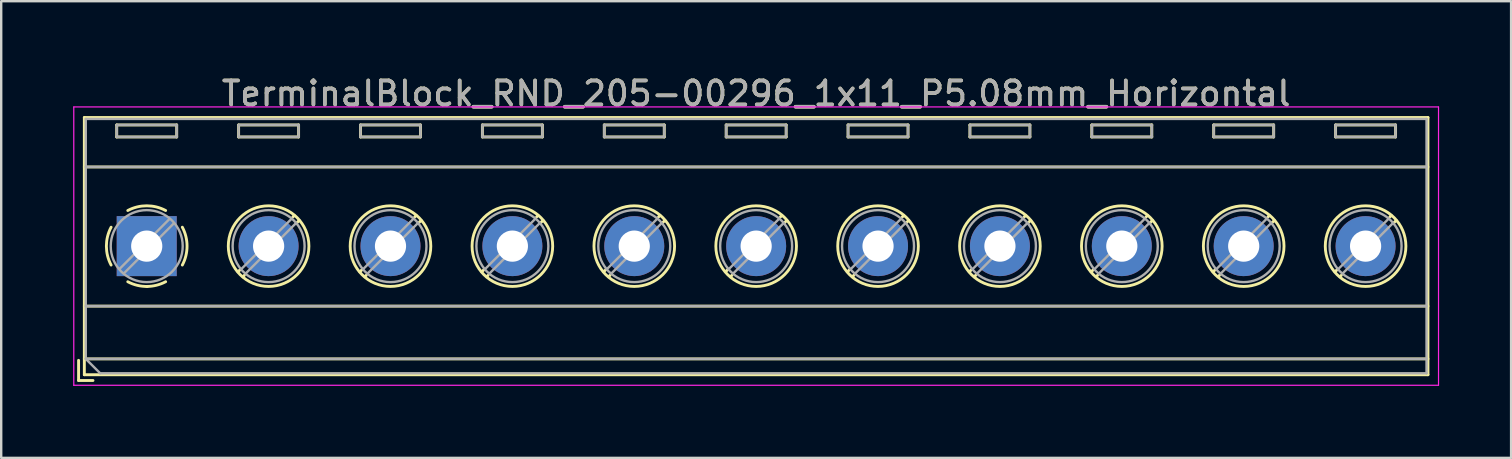
<source format=kicad_pcb>
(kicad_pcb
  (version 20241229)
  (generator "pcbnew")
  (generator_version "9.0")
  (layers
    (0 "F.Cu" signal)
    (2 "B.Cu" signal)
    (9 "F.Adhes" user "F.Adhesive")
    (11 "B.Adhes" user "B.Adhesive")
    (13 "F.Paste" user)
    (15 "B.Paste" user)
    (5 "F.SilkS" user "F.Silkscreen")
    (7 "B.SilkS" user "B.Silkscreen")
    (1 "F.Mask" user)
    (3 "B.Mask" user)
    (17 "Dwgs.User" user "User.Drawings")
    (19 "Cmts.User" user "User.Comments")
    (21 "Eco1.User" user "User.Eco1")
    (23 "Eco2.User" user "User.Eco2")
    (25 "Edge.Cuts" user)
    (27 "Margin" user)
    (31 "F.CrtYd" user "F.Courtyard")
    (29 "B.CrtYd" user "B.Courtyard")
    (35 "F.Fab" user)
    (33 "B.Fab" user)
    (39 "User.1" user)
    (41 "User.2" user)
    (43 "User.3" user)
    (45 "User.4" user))
  (footprint "TerminalBlock_RND_205-00296_1x11_P5.08mm_Horizontal"
    (layer "F.Cu")
    (at 3.065 7.208)
    (property "Reference" "TerminalBlock_RND_205-00296_1x11_P5.08mm_Horizontal" (at 25.4 -6.36 0) (layer "F.SilkS") (effects (font (size 1 1) (thickness 0.15))))
    (attr through_hole)
    (fp_line (start -2.84 4.76) (end -2.84 5.6) (stroke (width 0.12) (type solid)) (layer "F.SilkS"))
    (fp_line (start -2.84 5.6) (end -2.24 5.6) (stroke (width 0.12) (type solid)) (layer "F.SilkS"))
    (fp_line (start -2.6 -5.36) (end -2.6 5.36) (stroke (width 0.12) (type solid)) (layer "F.SilkS"))
    (fp_line (start -2.6 -5.36) (end 53.4 -5.36) (stroke (width 0.12) (type solid)) (layer "F.SilkS"))
    (fp_line (start -2.6 -3.3) (end 53.4 -3.3) (stroke (width 0.12) (type solid)) (layer "F.SilkS"))
    (fp_line (start -2.6 2.5) (end 53.4 2.5) (stroke (width 0.12) (type solid)) (layer "F.SilkS"))
    (fp_line (start -2.6 4.7) (end 53.4 4.7) (stroke (width 0.12) (type solid)) (layer "F.SilkS"))
    (fp_line (start -2.6 5.36) (end 53.4 5.36) (stroke (width 0.12) (type solid)) (layer "F.SilkS"))
    (fp_line (start -1.25 -5.05) (end -1.25 -4.55) (stroke (width 0.12) (type solid)) (layer "F.SilkS"))
    (fp_line (start -1.25 -5.05) (end 1.25 -5.05) (stroke (width 0.12) (type solid)) (layer "F.SilkS"))
    (fp_line (start -1.25 -4.55) (end 1.25 -4.55) (stroke (width 0.12) (type solid)) (layer "F.SilkS"))
    (fp_line (start 1.25 -5.05) (end 1.25 -4.55) (stroke (width 0.12) (type solid)) (layer "F.SilkS"))
    (fp_line (start 3.83 -5.05) (end 3.83 -4.55) (stroke (width 0.12) (type solid)) (layer "F.SilkS"))
    (fp_line (start 3.83 -5.05) (end 6.33 -5.05) (stroke (width 0.12) (type solid)) (layer "F.SilkS"))
    (fp_line (start 3.83 -4.55) (end 6.33 -4.55) (stroke (width 0.12) (type solid)) (layer "F.SilkS"))
    (fp_line (start 3.9 0.976) (end 3.806 1.069) (stroke (width 0.12) (type solid)) (layer "F.SilkS"))
    (fp_line (start 4.07 1.216) (end 4.011 1.274) (stroke (width 0.12) (type solid)) (layer "F.SilkS"))
    (fp_line (start 6.15 -1.275) (end 6.091 -1.216) (stroke (width 0.12) (type solid)) (layer "F.SilkS"))
    (fp_line (start 6.33 -5.05) (end 6.33 -4.55) (stroke (width 0.12) (type solid)) (layer "F.SilkS"))
    (fp_line (start 6.355 -1.069) (end 6.261 -0.976) (stroke (width 0.12) (type solid)) (layer "F.SilkS"))
    (fp_line (start 8.91 -5.05) (end 8.91 -4.55) (stroke (width 0.12) (type solid)) (layer "F.SilkS"))
    (fp_line (start 8.91 -5.05) (end 11.41 -5.05) (stroke (width 0.12) (type solid)) (layer "F.SilkS"))
    (fp_line (start 8.91 -4.55) (end 11.41 -4.55) (stroke (width 0.12) (type solid)) (layer "F.SilkS"))
    (fp_line (start 8.98 0.976) (end 8.886 1.069) (stroke (width 0.12) (type solid)) (layer "F.SilkS"))
    (fp_line (start 9.15 1.216) (end 9.091 1.274) (stroke (width 0.12) (type solid)) (layer "F.SilkS"))
    (fp_line (start 11.23 -1.275) (end 11.171 -1.216) (stroke (width 0.12) (type solid)) (layer "F.SilkS"))
    (fp_line (start 11.41 -5.05) (end 11.41 -4.55) (stroke (width 0.12) (type solid)) (layer "F.SilkS"))
    (fp_line (start 11.435 -1.069) (end 11.341 -0.976) (stroke (width 0.12) (type solid)) (layer "F.SilkS"))
    (fp_line (start 13.99 -5.05) (end 13.99 -4.55) (stroke (width 0.12) (type solid)) (layer "F.SilkS"))
    (fp_line (start 13.99 -5.05) (end 16.49 -5.05) (stroke (width 0.12) (type solid)) (layer "F.SilkS"))
    (fp_line (start 13.99 -4.55) (end 16.49 -4.55) (stroke (width 0.12) (type solid)) (layer "F.SilkS"))
    (fp_line (start 14.06 0.976) (end 13.966 1.069) (stroke (width 0.12) (type solid)) (layer "F.SilkS"))
    (fp_line (start 14.23 1.216) (end 14.171 1.274) (stroke (width 0.12) (type solid)) (layer "F.SilkS"))
    (fp_line (start 16.31 -1.275) (end 16.251 -1.216) (stroke (width 0.12) (type solid)) (layer "F.SilkS"))
    (fp_line (start 16.49 -5.05) (end 16.49 -4.55) (stroke (width 0.12) (type solid)) (layer "F.SilkS"))
    (fp_line (start 16.515 -1.069) (end 16.421 -0.976) (stroke (width 0.12) (type solid)) (layer "F.SilkS"))
    (fp_line (start 19.07 -5.05) (end 19.07 -4.55) (stroke (width 0.12) (type solid)) (layer "F.SilkS"))
    (fp_line (start 19.07 -5.05) (end 21.57 -5.05) (stroke (width 0.12) (type solid)) (layer "F.SilkS"))
    (fp_line (start 19.07 -4.55) (end 21.57 -4.55) (stroke (width 0.12) (type solid)) (layer "F.SilkS"))
    (fp_line (start 19.14 0.976) (end 19.046 1.069) (stroke (width 0.12) (type solid)) (layer "F.SilkS"))
    (fp_line (start 19.31 1.216) (end 19.251 1.274) (stroke (width 0.12) (type solid)) (layer "F.SilkS"))
    (fp_line (start 21.39 -1.275) (end 21.331 -1.216) (stroke (width 0.12) (type solid)) (layer "F.SilkS"))
    (fp_line (start 21.57 -5.05) (end 21.57 -4.55) (stroke (width 0.12) (type solid)) (layer "F.SilkS"))
    (fp_line (start 21.595 -1.069) (end 21.501 -0.976) (stroke (width 0.12) (type solid)) (layer "F.SilkS"))
    (fp_line (start 24.15 -5.05) (end 24.15 -4.55) (stroke (width 0.12) (type solid)) (layer "F.SilkS"))
    (fp_line (start 24.15 -5.05) (end 26.65 -5.05) (stroke (width 0.12) (type solid)) (layer "F.SilkS"))
    (fp_line (start 24.15 -4.55) (end 26.65 -4.55) (stroke (width 0.12) (type solid)) (layer "F.SilkS"))
    (fp_line (start 24.22 0.976) (end 24.126 1.069) (stroke (width 0.12) (type solid)) (layer "F.SilkS"))
    (fp_line (start 24.39 1.216) (end 24.331 1.274) (stroke (width 0.12) (type solid)) (layer "F.SilkS"))
    (fp_line (start 26.47 -1.275) (end 26.411 -1.216) (stroke (width 0.12) (type solid)) (layer "F.SilkS"))
    (fp_line (start 26.65 -5.05) (end 26.65 -4.55) (stroke (width 0.12) (type solid)) (layer "F.SilkS"))
    (fp_line (start 26.675 -1.069) (end 26.581 -0.976) (stroke (width 0.12) (type solid)) (layer "F.SilkS"))
    (fp_line (start 29.23 -5.05) (end 29.23 -4.55) (stroke (width 0.12) (type solid)) (layer "F.SilkS"))
    (fp_line (start 29.23 -5.05) (end 31.73 -5.05) (stroke (width 0.12) (type solid)) (layer "F.SilkS"))
    (fp_line (start 29.23 -4.55) (end 31.73 -4.55) (stroke (width 0.12) (type solid)) (layer "F.SilkS"))
    (fp_line (start 29.3 0.976) (end 29.206 1.069) (stroke (width 0.12) (type solid)) (layer "F.SilkS"))
    (fp_line (start 29.47 1.216) (end 29.411 1.274) (stroke (width 0.12) (type solid)) (layer "F.SilkS"))
    (fp_line (start 31.55 -1.275) (end 31.491 -1.216) (stroke (width 0.12) (type solid)) (layer "F.SilkS"))
    (fp_line (start 31.73 -5.05) (end 31.73 -4.55) (stroke (width 0.12) (type solid)) (layer "F.SilkS"))
    (fp_line (start 31.755 -1.069) (end 31.661 -0.976) (stroke (width 0.12) (type solid)) (layer "F.SilkS"))
    (fp_line (start 34.31 -5.05) (end 34.31 -4.55) (stroke (width 0.12) (type solid)) (layer "F.SilkS"))
    (fp_line (start 34.31 -5.05) (end 36.81 -5.05) (stroke (width 0.12) (type solid)) (layer "F.SilkS"))
    (fp_line (start 34.31 -4.55) (end 36.81 -4.55) (stroke (width 0.12) (type solid)) (layer "F.SilkS"))
    (fp_line (start 34.38 0.976) (end 34.286 1.069) (stroke (width 0.12) (type solid)) (layer "F.SilkS"))
    (fp_line (start 34.55 1.216) (end 34.491 1.274) (stroke (width 0.12) (type solid)) (layer "F.SilkS"))
    (fp_line (start 36.63 -1.275) (end 36.571 -1.216) (stroke (width 0.12) (type solid)) (layer "F.SilkS"))
    (fp_line (start 36.81 -5.05) (end 36.81 -4.55) (stroke (width 0.12) (type solid)) (layer "F.SilkS"))
    (fp_line (start 36.835 -1.069) (end 36.741 -0.976) (stroke (width 0.12) (type solid)) (layer "F.SilkS"))
    (fp_line (start 39.39 -5.05) (end 39.39 -4.55) (stroke (width 0.12) (type solid)) (layer "F.SilkS"))
    (fp_line (start 39.39 -5.05) (end 41.89 -5.05) (stroke (width 0.12) (type solid)) (layer "F.SilkS"))
    (fp_line (start 39.39 -4.55) (end 41.89 -4.55) (stroke (width 0.12) (type solid)) (layer "F.SilkS"))
    (fp_line (start 39.46 0.976) (end 39.366 1.069) (stroke (width 0.12) (type solid)) (layer "F.SilkS"))
    (fp_line (start 39.63 1.216) (end 39.571 1.274) (stroke (width 0.12) (type solid)) (layer "F.SilkS"))
    (fp_line (start 41.71 -1.275) (end 41.651 -1.216) (stroke (width 0.12) (type solid)) (layer "F.SilkS"))
    (fp_line (start 41.89 -5.05) (end 41.89 -4.55) (stroke (width 0.12) (type solid)) (layer "F.SilkS"))
    (fp_line (start 41.915 -1.069) (end 41.821 -0.976) (stroke (width 0.12) (type solid)) (layer "F.SilkS"))
    (fp_line (start 44.47 -5.05) (end 44.47 -4.55) (stroke (width 0.12) (type solid)) (layer "F.SilkS"))
    (fp_line (start 44.47 -5.05) (end 46.97 -5.05) (stroke (width 0.12) (type solid)) (layer "F.SilkS"))
    (fp_line (start 44.47 -4.55) (end 46.97 -4.55) (stroke (width 0.12) (type solid)) (layer "F.SilkS"))
    (fp_line (start 44.54 0.976) (end 44.446 1.069) (stroke (width 0.12) (type solid)) (layer "F.SilkS"))
    (fp_line (start 44.71 1.216) (end 44.651 1.274) (stroke (width 0.12) (type solid)) (layer "F.SilkS"))
    (fp_line (start 46.79 -1.275) (end 46.731 -1.216) (stroke (width 0.12) (type solid)) (layer "F.SilkS"))
    (fp_line (start 46.97 -5.05) (end 46.97 -4.55) (stroke (width 0.12) (type solid)) (layer "F.SilkS"))
    (fp_line (start 46.995 -1.069) (end 46.901 -0.976) (stroke (width 0.12) (type solid)) (layer "F.SilkS"))
    (fp_line (start 49.55 -5.05) (end 49.55 -4.55) (stroke (width 0.12) (type solid)) (layer "F.SilkS"))
    (fp_line (start 49.55 -5.05) (end 52.05 -5.05) (stroke (width 0.12) (type solid)) (layer "F.SilkS"))
    (fp_line (start 49.55 -4.55) (end 52.05 -4.55) (stroke (width 0.12) (type solid)) (layer "F.SilkS"))
    (fp_line (start 49.62 0.976) (end 49.526 1.069) (stroke (width 0.12) (type solid)) (layer "F.SilkS"))
    (fp_line (start 49.79 1.216) (end 49.731 1.274) (stroke (width 0.12) (type solid)) (layer "F.SilkS"))
    (fp_line (start 51.87 -1.275) (end 51.811 -1.216) (stroke (width 0.12) (type solid)) (layer "F.SilkS"))
    (fp_line (start 52.05 -5.05) (end 52.05 -4.55) (stroke (width 0.12) (type solid)) (layer "F.SilkS"))
    (fp_line (start 52.075 -1.069) (end 51.981 -0.976) (stroke (width 0.12) (type solid)) (layer "F.SilkS"))
    (fp_line (start 53.4 -5.36) (end 53.4 5.36) (stroke (width 0.12) (type solid)) (layer "F.SilkS"))
    (fp_arc (start -1.483953 0.789089) (mid -1.680708 0.00005) (end -1.484 -0.789) (stroke (width 0.12) (type solid)) (layer "F.SilkS"))
    (fp_arc (start -0.789089 -1.483953) (mid -0.00005 -1.680708) (end 0.789 -1.484) (stroke (width 0.12) (type solid)) (layer "F.SilkS"))
    (fp_arc (start 0.029383 1.68045) (mid -0.392304 1.634281) (end -0.789 1.484) (stroke (width 0.12) (type solid)) (layer "F.SilkS"))
    (fp_arc (start 0.788712 1.483352) (mid 0.406429 1.630097) (end 0 1.68) (stroke (width 0.12) (type solid)) (layer "F.SilkS"))
    (fp_arc (start 1.483953 -0.789089) (mid 1.680708 -0.00005) (end 1.484 0.789) (stroke (width 0.12) (type solid)) (layer "F.SilkS"))
    (fp_circle (center 5.08 0) (end 6.76 0) (stroke (width 0.12) (type solid)) (fill no) (layer "F.SilkS"))
    (fp_circle (center 10.16 0) (end 11.84 0) (stroke (width 0.12) (type solid)) (fill no) (layer "F.SilkS"))
    (fp_circle (center 15.24 0) (end 16.92 0) (stroke (width 0.12) (type solid)) (fill no) (layer "F.SilkS"))
    (fp_circle (center 20.32 0) (end 22 0) (stroke (width 0.12) (type solid)) (fill no) (layer "F.SilkS"))
    (fp_circle (center 25.4 0) (end 27.08 0) (stroke (width 0.12) (type solid)) (fill no) (layer "F.SilkS"))
    (fp_circle (center 30.48 0) (end 32.16 0) (stroke (width 0.12) (type solid)) (fill no) (layer "F.SilkS"))
    (fp_circle (center 35.56 0) (end 37.24 0) (stroke (width 0.12) (type solid)) (fill no) (layer "F.SilkS"))
    (fp_circle (center 40.64 0) (end 42.32 0) (stroke (width 0.12) (type solid)) (fill no) (layer "F.SilkS"))
    (fp_circle (center 45.72 0) (end 47.4 0) (stroke (width 0.12) (type solid)) (fill no) (layer "F.SilkS"))
    (fp_circle (center 50.8 0) (end 52.48 0) (stroke (width 0.12) (type solid)) (fill no) (layer "F.SilkS"))
    (fp_line (start -3.04 -5.8) (end -3.04 5.8) (stroke (width 0.05) (type solid)) (layer "F.CrtYd"))
    (fp_line (start -3.04 5.8) (end 53.84 5.8) (stroke (width 0.05) (type solid)) (layer "F.CrtYd"))
    (fp_line (start 53.84 -5.8) (end -3.04 -5.8) (stroke (width 0.05) (type solid)) (layer "F.CrtYd"))
    (fp_line (start 53.84 5.8) (end 53.84 -5.8) (stroke (width 0.05) (type solid)) (layer "F.CrtYd"))
    (fp_line (start -2.54 -5.3) (end 53.34 -5.3) (stroke (width 0.1) (type solid)) (layer "F.Fab"))
    (fp_line (start -2.54 -3.3) (end 53.34 -3.3) (stroke (width 0.1) (type solid)) (layer "F.Fab"))
    (fp_line (start -2.54 2.5) (end 53.34 2.5) (stroke (width 0.1) (type solid)) (layer "F.Fab"))
    (fp_line (start -2.54 4.7) (end -2.54 -5.3) (stroke (width 0.1) (type solid)) (layer "F.Fab"))
    (fp_line (start -2.54 4.7) (end 53.34 4.7) (stroke (width 0.1) (type solid)) (layer "F.Fab"))
    (fp_line (start -1.94 5.3) (end -2.54 4.7) (stroke (width 0.1) (type solid)) (layer "F.Fab"))
    (fp_line (start -1.25 -5.05) (end -1.25 -4.55) (stroke (width 0.1) (type solid)) (layer "F.Fab"))
    (fp_line (start -1.25 -4.55) (end 1.25 -4.55) (stroke (width 0.1) (type solid)) (layer "F.Fab"))
    (fp_line (start 0.955 -1.138) (end -1.138 0.955) (stroke (width 0.1) (type solid)) (layer "F.Fab"))
    (fp_line (start 1.138 -0.955) (end -0.955 1.138) (stroke (width 0.1) (type solid)) (layer "F.Fab"))
    (fp_line (start 1.25 -5.05) (end -1.25 -5.05) (stroke (width 0.1) (type solid)) (layer "F.Fab"))
    (fp_line (start 1.25 -4.55) (end 1.25 -5.05) (stroke (width 0.1) (type solid)) (layer "F.Fab"))
    (fp_line (start 3.83 -5.05) (end 3.83 -4.55) (stroke (width 0.1) (type solid)) (layer "F.Fab"))
    (fp_line (start 3.83 -4.55) (end 6.33 -4.55) (stroke (width 0.1) (type solid)) (layer "F.Fab"))
    (fp_line (start 6.035 -1.138) (end 3.943 0.955) (stroke (width 0.1) (type solid)) (layer "F.Fab"))
    (fp_line (start 6.218 -0.955) (end 4.126 1.138) (stroke (width 0.1) (type solid)) (layer "F.Fab"))
    (fp_line (start 6.33 -5.05) (end 3.83 -5.05) (stroke (width 0.1) (type solid)) (layer "F.Fab"))
    (fp_line (start 6.33 -4.55) (end 6.33 -5.05) (stroke (width 0.1) (type solid)) (layer "F.Fab"))
    (fp_line (start 8.91 -5.05) (end 8.91 -4.55) (stroke (width 0.1) (type solid)) (layer "F.Fab"))
    (fp_line (start 8.91 -4.55) (end 11.41 -4.55) (stroke (width 0.1) (type solid)) (layer "F.Fab"))
    (fp_line (start 11.115 -1.138) (end 9.023 0.955) (stroke (width 0.1) (type solid)) (layer "F.Fab"))
    (fp_line (start 11.298 -0.955) (end 9.206 1.138) (stroke (width 0.1) (type solid)) (layer "F.Fab"))
    (fp_line (start 11.41 -5.05) (end 8.91 -5.05) (stroke (width 0.1) (type solid)) (layer "F.Fab"))
    (fp_line (start 11.41 -4.55) (end 11.41 -5.05) (stroke (width 0.1) (type solid)) (layer "F.Fab"))
    (fp_line (start 13.99 -5.05) (end 13.99 -4.55) (stroke (width 0.1) (type solid)) (layer "F.Fab"))
    (fp_line (start 13.99 -4.55) (end 16.49 -4.55) (stroke (width 0.1) (type solid)) (layer "F.Fab"))
    (fp_line (start 16.195 -1.138) (end 14.103 0.955) (stroke (width 0.1) (type solid)) (layer "F.Fab"))
    (fp_line (start 16.378 -0.955) (end 14.286 1.138) (stroke (width 0.1) (type solid)) (layer "F.Fab"))
    (fp_line (start 16.49 -5.05) (end 13.99 -5.05) (stroke (width 0.1) (type solid)) (layer "F.Fab"))
    (fp_line (start 16.49 -4.55) (end 16.49 -5.05) (stroke (width 0.1) (type solid)) (layer "F.Fab"))
    (fp_line (start 19.07 -5.05) (end 19.07 -4.55) (stroke (width 0.1) (type solid)) (layer "F.Fab"))
    (fp_line (start 19.07 -4.55) (end 21.57 -4.55) (stroke (width 0.1) (type solid)) (layer "F.Fab"))
    (fp_line (start 21.275 -1.138) (end 19.183 0.955) (stroke (width 0.1) (type solid)) (layer "F.Fab"))
    (fp_line (start 21.458 -0.955) (end 19.366 1.138) (stroke (width 0.1) (type solid)) (layer "F.Fab"))
    (fp_line (start 21.57 -5.05) (end 19.07 -5.05) (stroke (width 0.1) (type solid)) (layer "F.Fab"))
    (fp_line (start 21.57 -4.55) (end 21.57 -5.05) (stroke (width 0.1) (type solid)) (layer "F.Fab"))
    (fp_line (start 24.15 -5.05) (end 24.15 -4.55) (stroke (width 0.1) (type solid)) (layer "F.Fab"))
    (fp_line (start 24.15 -4.55) (end 26.65 -4.55) (stroke (width 0.1) (type solid)) (layer "F.Fab"))
    (fp_line (start 26.355 -1.138) (end 24.263 0.955) (stroke (width 0.1) (type solid)) (layer "F.Fab"))
    (fp_line (start 26.538 -0.955) (end 24.446 1.138) (stroke (width 0.1) (type solid)) (layer "F.Fab"))
    (fp_line (start 26.65 -5.05) (end 24.15 -5.05) (stroke (width 0.1) (type solid)) (layer "F.Fab"))
    (fp_line (start 26.65 -4.55) (end 26.65 -5.05) (stroke (width 0.1) (type solid)) (layer "F.Fab"))
    (fp_line (start 29.23 -5.05) (end 29.23 -4.55) (stroke (width 0.1) (type solid)) (layer "F.Fab"))
    (fp_line (start 29.23 -4.55) (end 31.73 -4.55) (stroke (width 0.1) (type solid)) (layer "F.Fab"))
    (fp_line (start 31.435 -1.138) (end 29.343 0.955) (stroke (width 0.1) (type solid)) (layer "F.Fab"))
    (fp_line (start 31.618 -0.955) (end 29.526 1.138) (stroke (width 0.1) (type solid)) (layer "F.Fab"))
    (fp_line (start 31.73 -5.05) (end 29.23 -5.05) (stroke (width 0.1) (type solid)) (layer "F.Fab"))
    (fp_line (start 31.73 -4.55) (end 31.73 -5.05) (stroke (width 0.1) (type solid)) (layer "F.Fab"))
    (fp_line (start 34.31 -5.05) (end 34.31 -4.55) (stroke (width 0.1) (type solid)) (layer "F.Fab"))
    (fp_line (start 34.31 -4.55) (end 36.81 -4.55) (stroke (width 0.1) (type solid)) (layer "F.Fab"))
    (fp_line (start 36.515 -1.138) (end 34.423 0.955) (stroke (width 0.1) (type solid)) (layer "F.Fab"))
    (fp_line (start 36.698 -0.955) (end 34.606 1.138) (stroke (width 0.1) (type solid)) (layer "F.Fab"))
    (fp_line (start 36.81 -5.05) (end 34.31 -5.05) (stroke (width 0.1) (type solid)) (layer "F.Fab"))
    (fp_line (start 36.81 -4.55) (end 36.81 -5.05) (stroke (width 0.1) (type solid)) (layer "F.Fab"))
    (fp_line (start 39.39 -5.05) (end 39.39 -4.55) (stroke (width 0.1) (type solid)) (layer "F.Fab"))
    (fp_line (start 39.39 -4.55) (end 41.89 -4.55) (stroke (width 0.1) (type solid)) (layer "F.Fab"))
    (fp_line (start 41.595 -1.138) (end 39.503 0.955) (stroke (width 0.1) (type solid)) (layer "F.Fab"))
    (fp_line (start 41.778 -0.955) (end 39.686 1.138) (stroke (width 0.1) (type solid)) (layer "F.Fab"))
    (fp_line (start 41.89 -5.05) (end 39.39 -5.05) (stroke (width 0.1) (type solid)) (layer "F.Fab"))
    (fp_line (start 41.89 -4.55) (end 41.89 -5.05) (stroke (width 0.1) (type solid)) (layer "F.Fab"))
    (fp_line (start 44.47 -5.05) (end 44.47 -4.55) (stroke (width 0.1) (type solid)) (layer "F.Fab"))
    (fp_line (start 44.47 -4.55) (end 46.97 -4.55) (stroke (width 0.1) (type solid)) (layer "F.Fab"))
    (fp_line (start 46.675 -1.138) (end 44.583 0.955) (stroke (width 0.1) (type solid)) (layer "F.Fab"))
    (fp_line (start 46.858 -0.955) (end 44.766 1.138) (stroke (width 0.1) (type solid)) (layer "F.Fab"))
    (fp_line (start 46.97 -5.05) (end 44.47 -5.05) (stroke (width 0.1) (type solid)) (layer "F.Fab"))
    (fp_line (start 46.97 -4.55) (end 46.97 -5.05) (stroke (width 0.1) (type solid)) (layer "F.Fab"))
    (fp_line (start 49.55 -5.05) (end 49.55 -4.55) (stroke (width 0.1) (type solid)) (layer "F.Fab"))
    (fp_line (start 49.55 -4.55) (end 52.05 -4.55) (stroke (width 0.1) (type solid)) (layer "F.Fab"))
    (fp_line (start 51.755 -1.138) (end 49.663 0.955) (stroke (width 0.1) (type solid)) (layer "F.Fab"))
    (fp_line (start 51.938 -0.955) (end 49.846 1.138) (stroke (width 0.1) (type solid)) (layer "F.Fab"))
    (fp_line (start 52.05 -5.05) (end 49.55 -5.05) (stroke (width 0.1) (type solid)) (layer "F.Fab"))
    (fp_line (start 52.05 -4.55) (end 52.05 -5.05) (stroke (width 0.1) (type solid)) (layer "F.Fab"))
    (fp_line (start 53.34 -5.3) (end 53.34 5.3) (stroke (width 0.1) (type solid)) (layer "F.Fab"))
    (fp_line (start 53.34 5.3) (end -1.94 5.3) (stroke (width 0.1) (type solid)) (layer "F.Fab"))
    (fp_circle (center 0 0) (end 1.5 0) (stroke (width 0.1) (type solid)) (fill no) (layer "F.Fab"))
    (fp_circle (center 5.08 0) (end 6.58 0) (stroke (width 0.1) (type solid)) (fill no) (layer "F.Fab"))
    (fp_circle (center 10.16 0) (end 11.66 0) (stroke (width 0.1) (type solid)) (fill no) (layer "F.Fab"))
    (fp_circle (center 15.24 0) (end 16.74 0) (stroke (width 0.1) (type solid)) (fill no) (layer "F.Fab"))
    (fp_circle (center 20.32 0) (end 21.82 0) (stroke (width 0.1) (type solid)) (fill no) (layer "F.Fab"))
    (fp_circle (center 25.4 0) (end 26.9 0) (stroke (width 0.1) (type solid)) (fill no) (layer "F.Fab"))
    (fp_circle (center 30.48 0) (end 31.98 0) (stroke (width 0.1) (type solid)) (fill no) (layer "F.Fab"))
    (fp_circle (center 35.56 0) (end 37.06 0) (stroke (width 0.1) (type solid)) (fill no) (layer "F.Fab"))
    (fp_circle (center 40.64 0) (end 42.14 0) (stroke (width 0.1) (type solid)) (fill no) (layer "F.Fab"))
    (fp_circle (center 45.72 0) (end 47.22 0) (stroke (width 0.1) (type solid)) (fill no) (layer "F.Fab"))
    (fp_circle (center 50.8 0) (end 52.3 0) (stroke (width 0.1) (type solid)) (fill no) (layer "F.Fab"))
    (fp_text user "${REFERENCE}" (at 25.4 -6.36 0) (layer "F.Fab") (effects (font (size 1 1) (thickness 0.15))))
    (pad "1" thru_hole rect (at 0 0) (size 2.5 2.5) (drill 1.3) (layers "*.Cu" "*.Mask"))
    (pad "2" thru_hole circle (at 5.08 0) (size 2.5 2.5) (drill 1.3) (layers "*.Cu" "*.Mask"))
    (pad "3" thru_hole circle (at 10.16 0) (size 2.5 2.5) (drill 1.3) (layers "*.Cu" "*.Mask"))
    (pad "4" thru_hole circle (at 15.24 0) (size 2.5 2.5) (drill 1.3) (layers "*.Cu" "*.Mask"))
    (pad "5" thru_hole circle (at 20.32 0) (size 2.5 2.5) (drill 1.3) (layers "*.Cu" "*.Mask"))
    (pad "6" thru_hole circle (at 25.4 0) (size 2.5 2.5) (drill 1.3) (layers "*.Cu" "*.Mask"))
    (pad "7" thru_hole circle (at 30.48 0) (size 2.5 2.5) (drill 1.3) (layers "*.Cu" "*.Mask"))
    (pad "8" thru_hole circle (at 35.56 0) (size 2.5 2.5) (drill 1.3) (layers "*.Cu" "*.Mask"))
    (pad "9" thru_hole circle (at 40.64 0) (size 2.5 2.5) (drill 1.3) (layers "*.Cu" "*.Mask"))
    (pad "10" thru_hole circle (at 45.72 0) (size 2.5 2.5) (drill 1.3) (layers "*.Cu" "*.Mask"))
    (pad "11" thru_hole circle (at 50.8 0) (size 2.5 2.5) (drill 1.3) (layers "*.Cu" "*.Mask")))
  (gr_rect
    (start -3 -3)
    (end 59.93 16.033)
    (stroke (width 0.1) (type default))
    (fill no)
    (layer "Edge.Cuts")))
</source>
